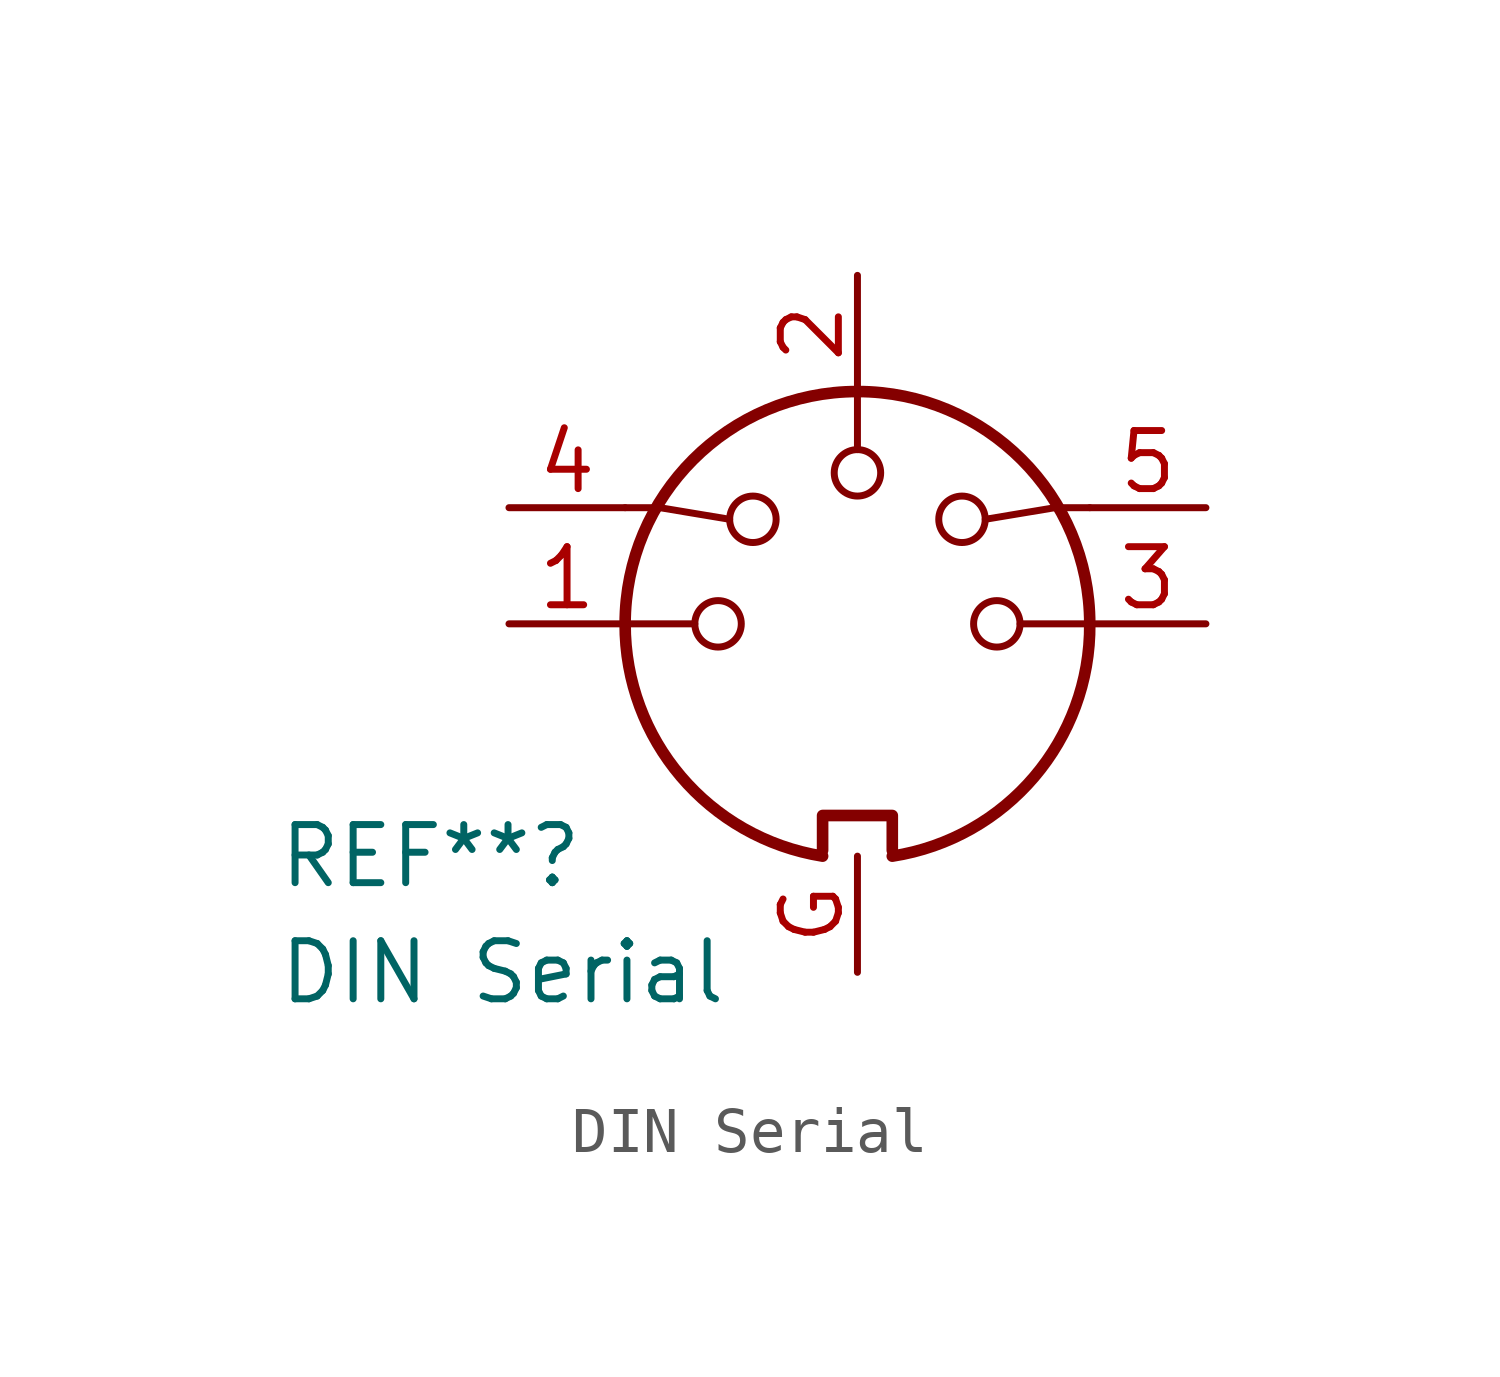
<source format=kicad_sym>
(kicad_symbol_lib
  (version 20220914)
  (generator kicad_symbol_editor)
  (symbol "DIN Serial"
    (pin_names
      (offset 1.016))
    (property "Reference" "REF**"
      (at -12.7 -5.08 0)
      (effects (font (size 1.27 1.27)) (justify left)))
    (property "Value" "DIN Serial"
      (at -12.7 -7.62 0)
      (effects (font (size 1.27 1.27)) (justify left)))
    (symbol "DIN Serial_0_1"
      (arc (start -5.08 0) (mid -3.8609 -3.3364) (end -0.762 -5.08) (stroke (width 0.254) (type default)) (fill (type none)))
      (circle (center -3.048 0) (radius 0.508) (stroke (width 0) (type default)) (fill (type none)))
      (circle (center -2.286 2.286) (radius 0.508) (stroke (width 0) (type default)) (fill (type none)))
      (polyline (pts (xy -5.08 0) (xy -3.556 0)) (stroke (width 0) (type default)) (fill (type none)))
      (polyline (pts (xy 0 5.08) (xy 0 3.81)) (stroke (width 0) (type default)) (fill (type none)))
      (polyline (pts (xy 5.08 0) (xy 3.556 0)) (stroke (width 0) (type default)) (fill (type none)))
      (polyline (pts (xy -5.08 2.54) (xy -4.318 2.54) (xy -2.794 2.286)) (stroke (width 0) (type default)) (fill (type none)))
      (polyline (pts (xy 5.08 2.54) (xy 4.318 2.54) (xy 2.794 2.286)) (stroke (width 0) (type default)) (fill (type none)))
      (polyline (pts (xy -0.762 -4.953) (xy -0.762 -4.191) (xy 0.762 -4.191) (xy 0.762 -4.953)) (stroke (width 0.254) (type default)) (fill (type none)))
      (circle (center 0 3.302) (radius 0.508) (stroke (width 0) (type default)) (fill (type none)))
      (arc (start 0.762 -5.08) (mid 3.8685 -3.343) (end 5.08 0) (stroke (width 0.254) (type default)) (fill (type none)))
      (circle (center 2.286 2.286) (radius 0.508) (stroke (width 0) (type default)) (fill (type none)))
      (circle (center 3.048 0) (radius 0.508) (stroke (width 0) (type default)) (fill (type none)))
      (arc (start 5.08 0) (mid 0 5.0579) (end -5.08 0) (stroke (width 0.254) (type default)) (fill (type none))))
    (symbol "DIN Serial_1_1"
      (pin passive line (at -7.62 0 0) (length 2.54) (name "~" (effects (font (size 1.27 1.27)))) (number "1" (effects (font (size 1.27 1.27)))))
      (pin passive line (at 0 7.62 270) (length 2.54) (name "~" (effects (font (size 1.27 1.27)))) (number "2" (effects (font (size 1.27 1.27)))))
      (pin passive line (at 7.62 0 180) (length 2.54) (name "~" (effects (font (size 1.27 1.27)))) (number "3" (effects (font (size 1.27 1.27)))))
      (pin passive line (at -7.62 2.54 0) (length 2.54) (name "~" (effects (font (size 1.27 1.27)))) (number "4" (effects (font (size 1.27 1.27)))))
      (pin passive line (at 7.62 2.54 180) (length 2.54) (name "~" (effects (font (size 1.27 1.27)))) (number "5" (effects (font (size 1.27 1.27)))))
      (pin passive line (at 0 -7.62 90) (length 2.54) (name "~" (effects (font (size 1.27 1.27)))) (number "G" (effects (font (size 1.27 1.27))))))))
</source>
